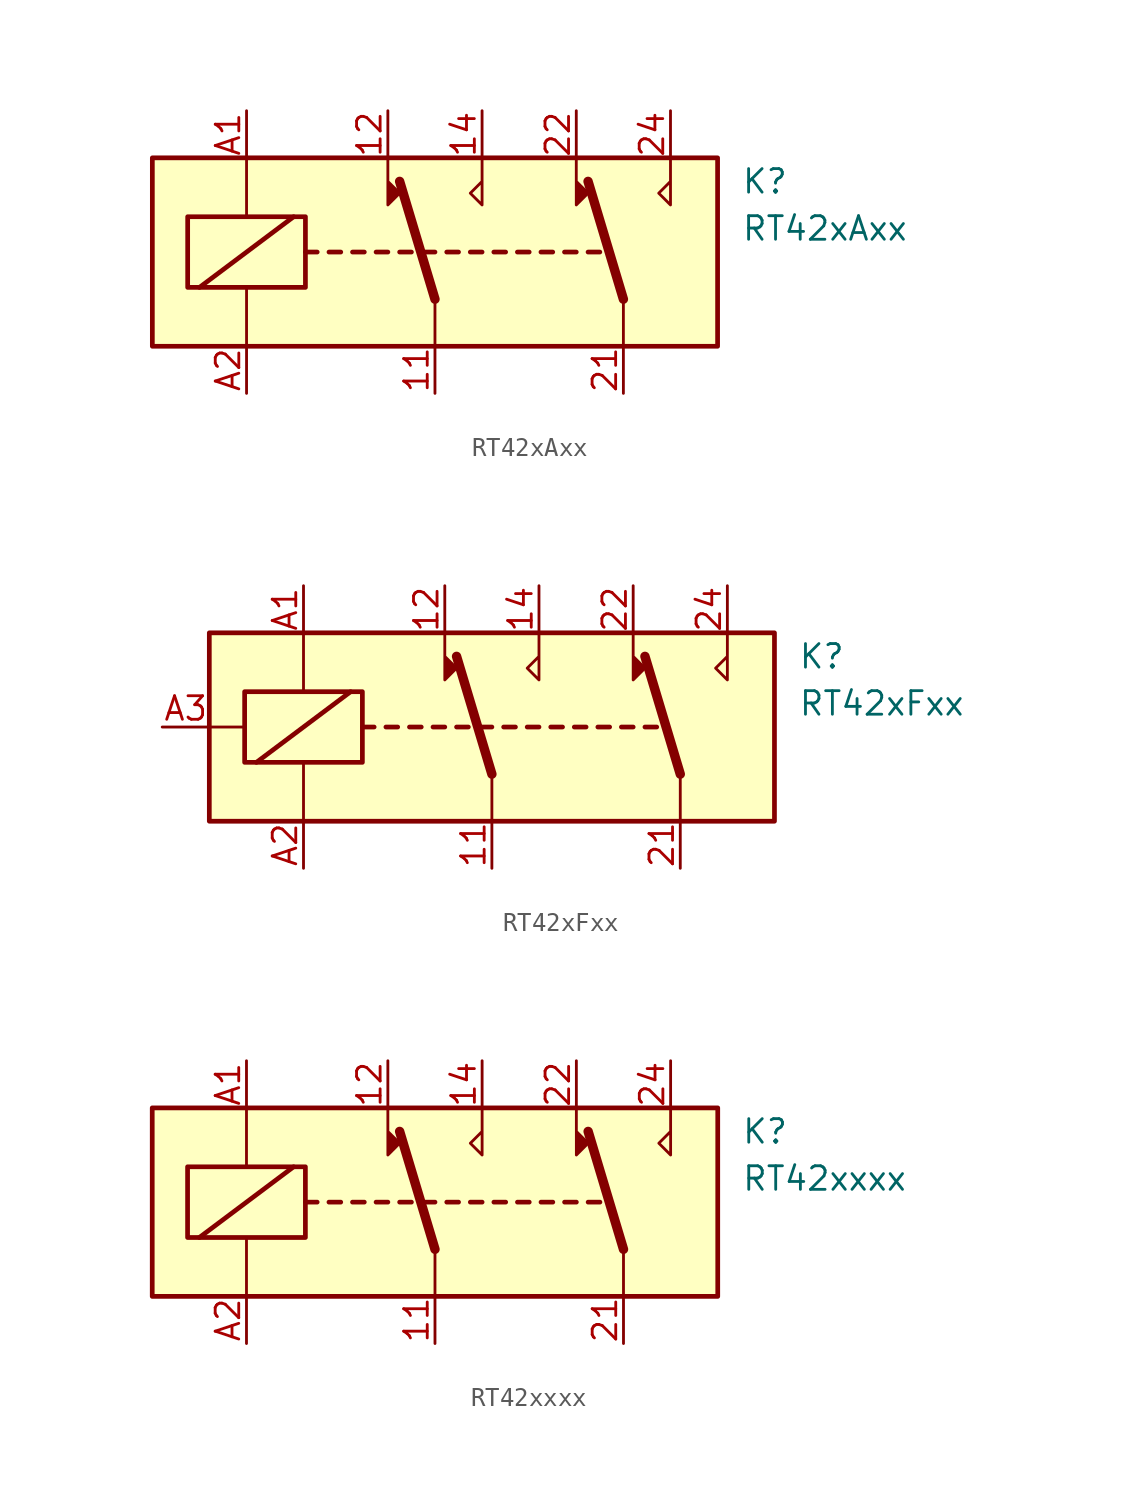
<source format=kicad_sym>
(kicad_symbol_lib
  (version 20201005)
  (generator kicad_symbol_editor)
  (symbol "Relay:RT42xAxx"
    (property "Reference" "K"
      (at 16.51 3.81 0)
      (effects (font (size 1.27 1.27)) (justify left)))
    (property "Value" "RT42xAxx"
      (at 16.51 1.27 0)
      (effects (font (size 1.27 1.27)) (justify left)))
    (symbol "RT42xAxx_0_0"
      (polyline (pts (xy -7.62 1.905) (xy -12.7 -1.905)) (stroke (width 0.254)) (fill (type none))))
    (symbol "RT42xAxx_0_1"
      (rectangle (start -15.24 5.08) (end 15.24 -5.08) (stroke (width 0.254)) (fill (type background)))
      (rectangle (start -13.335 1.905) (end -6.985 -1.905) (stroke (width 0.254)) (fill (type none)))
      (polyline (pts (xy -10.16 -5.08) (xy -10.16 -1.905)) (stroke (width 0)) (fill (type none)))
      (polyline (pts (xy -10.16 5.08) (xy -10.16 1.905)) (stroke (width 0)) (fill (type none)))
      (polyline (pts (xy -6.985 0) (xy -6.35 0)) (stroke (width 0.254)) (fill (type none)))
      (polyline (pts (xy -5.715 0) (xy -5.08 0)) (stroke (width 0.254)) (fill (type none)))
      (polyline (pts (xy -4.445 0) (xy -3.81 0)) (stroke (width 0.254)) (fill (type none)))
      (polyline (pts (xy -3.175 0) (xy -2.54 0)) (stroke (width 0.254)) (fill (type none)))
      (polyline (pts (xy -1.905 0) (xy -1.27 0)) (stroke (width 0.254)) (fill (type none)))
      (polyline (pts (xy -0.635 0) (xy 0 0)) (stroke (width 0.254)) (fill (type none)))
      (polyline (pts (xy 0 -2.54) (xy -1.905 3.81)) (stroke (width 0.508)) (fill (type none)))
      (polyline (pts (xy 0 -2.54) (xy 0 -5.08)) (stroke (width 0)) (fill (type none)))
      (polyline (pts (xy 0.635 0) (xy 1.27 0)) (stroke (width 0.254)) (fill (type none)))
      (polyline (pts (xy 1.905 0) (xy 2.54 0)) (stroke (width 0.254)) (fill (type none)))
      (polyline (pts (xy 3.175 0) (xy 3.81 0)) (stroke (width 0.254)) (fill (type none)))
      (polyline (pts (xy 4.445 0) (xy 5.08 0)) (stroke (width 0.254)) (fill (type none)))
      (polyline (pts (xy 5.715 0) (xy 6.35 0)) (stroke (width 0.254)) (fill (type none)))
      (polyline (pts (xy 6.985 0) (xy 7.62 0)) (stroke (width 0.254)) (fill (type none)))
      (polyline (pts (xy 8.255 0) (xy 8.89 0)) (stroke (width 0.254)) (fill (type none)))
      (polyline (pts (xy 10.16 -2.54) (xy 8.255 3.81)) (stroke (width 0.508)) (fill (type none)))
      (polyline (pts (xy 10.16 -2.54) (xy 10.16 -5.08)) (stroke (width 0)) (fill (type none)))
      (polyline (pts (xy -2.54 5.08) (xy -2.54 2.54) (xy -1.905 3.175) (xy -2.54 3.81)) (stroke (width 0)) (fill (type outline)))
      (polyline (pts (xy 2.54 5.08) (xy 2.54 2.54) (xy 1.905 3.175) (xy 2.54 3.81)) (stroke (width 0)) (fill (type none)))
      (polyline (pts (xy 7.62 5.08) (xy 7.62 2.54) (xy 8.255 3.175) (xy 7.62 3.81)) (stroke (width 0)) (fill (type outline)))
      (polyline (pts (xy 12.7 5.08) (xy 12.7 2.54) (xy 12.065 3.175) (xy 12.7 3.81)) (stroke (width 0)) (fill (type none))))
    (symbol "RT42xAxx_1_1"
      (pin passive line (at 0 -7.62 90) (length 2.54) (name "~" (effects (font (size 1.27 1.27)))) (number "11" (effects (font (size 1.27 1.27)))))
      (pin passive line (at -2.54 7.62 270) (length 2.54) (name "~" (effects (font (size 1.27 1.27)))) (number "12" (effects (font (size 1.27 1.27)))))
      (pin passive line (at 2.54 7.62 270) (length 2.54) (name "~" (effects (font (size 1.27 1.27)))) (number "14" (effects (font (size 1.27 1.27)))))
      (pin passive line (at 10.16 -7.62 90) (length 2.54) (name "~" (effects (font (size 1.27 1.27)))) (number "21" (effects (font (size 1.27 1.27)))))
      (pin passive line (at 7.62 7.62 270) (length 2.54) (name "~" (effects (font (size 1.27 1.27)))) (number "22" (effects (font (size 1.27 1.27)))))
      (pin passive line (at 12.7 7.62 270) (length 2.54) (name "~" (effects (font (size 1.27 1.27)))) (number "24" (effects (font (size 1.27 1.27)))))
      (pin passive line (at -10.16 7.62 270) (length 2.54) (name "~" (effects (font (size 1.27 1.27)))) (number "A1" (effects (font (size 1.27 1.27)))))
      (pin passive line (at -10.16 -7.62 90) (length 2.54) (name "~" (effects (font (size 1.27 1.27)))) (number "A2" (effects (font (size 1.27 1.27)))))))
  (symbol "Relay:RT42xFxx"
    (property "Reference" "K"
      (at 16.51 3.81 0)
      (effects (font (size 1.27 1.27)) (justify left)))
    (property "Value" "RT42xFxx"
      (at 16.51 1.27 0)
      (effects (font (size 1.27 1.27)) (justify left)))
    (symbol "RT42xFxx_0_0"
      (polyline (pts (xy -7.62 1.905) (xy -12.7 -1.905)) (stroke (width 0.254)) (fill (type none))))
    (symbol "RT42xFxx_0_1"
      (rectangle (start -15.24 0) (end -13.335 0) (stroke (width 0)) (fill (type none)))
      (rectangle (start -15.24 5.08) (end 15.24 -5.08) (stroke (width 0.254)) (fill (type background)))
      (rectangle (start -13.335 1.905) (end -6.985 -1.905) (stroke (width 0.254)) (fill (type none)))
      (polyline (pts (xy -10.16 -5.08) (xy -10.16 -1.905)) (stroke (width 0)) (fill (type none)))
      (polyline (pts (xy -10.16 5.08) (xy -10.16 1.905)) (stroke (width 0)) (fill (type none)))
      (polyline (pts (xy -6.985 0) (xy -6.35 0)) (stroke (width 0.254)) (fill (type none)))
      (polyline (pts (xy -5.715 0) (xy -5.08 0)) (stroke (width 0.254)) (fill (type none)))
      (polyline (pts (xy -4.445 0) (xy -3.81 0)) (stroke (width 0.254)) (fill (type none)))
      (polyline (pts (xy -3.175 0) (xy -2.54 0)) (stroke (width 0.254)) (fill (type none)))
      (polyline (pts (xy -1.905 0) (xy -1.27 0)) (stroke (width 0.254)) (fill (type none)))
      (polyline (pts (xy -0.635 0) (xy 0 0)) (stroke (width 0.254)) (fill (type none)))
      (polyline (pts (xy 0 -2.54) (xy -1.905 3.81)) (stroke (width 0.508)) (fill (type none)))
      (polyline (pts (xy 0 -2.54) (xy 0 -5.08)) (stroke (width 0)) (fill (type none)))
      (polyline (pts (xy 0.635 0) (xy 1.27 0)) (stroke (width 0.254)) (fill (type none)))
      (polyline (pts (xy 1.905 0) (xy 2.54 0)) (stroke (width 0.254)) (fill (type none)))
      (polyline (pts (xy 3.175 0) (xy 3.81 0)) (stroke (width 0.254)) (fill (type none)))
      (polyline (pts (xy 4.445 0) (xy 5.08 0)) (stroke (width 0.254)) (fill (type none)))
      (polyline (pts (xy 5.715 0) (xy 6.35 0)) (stroke (width 0.254)) (fill (type none)))
      (polyline (pts (xy 6.985 0) (xy 7.62 0)) (stroke (width 0.254)) (fill (type none)))
      (polyline (pts (xy 8.255 0) (xy 8.89 0)) (stroke (width 0.254)) (fill (type none)))
      (polyline (pts (xy 10.16 -2.54) (xy 8.255 3.81)) (stroke (width 0.508)) (fill (type none)))
      (polyline (pts (xy 10.16 -2.54) (xy 10.16 -5.08)) (stroke (width 0)) (fill (type none)))
      (polyline (pts (xy -2.54 5.08) (xy -2.54 2.54) (xy -1.905 3.175) (xy -2.54 3.81)) (stroke (width 0)) (fill (type outline)))
      (polyline (pts (xy 2.54 5.08) (xy 2.54 2.54) (xy 1.905 3.175) (xy 2.54 3.81)) (stroke (width 0)) (fill (type none)))
      (polyline (pts (xy 7.62 5.08) (xy 7.62 2.54) (xy 8.255 3.175) (xy 7.62 3.81)) (stroke (width 0)) (fill (type outline)))
      (polyline (pts (xy 12.7 5.08) (xy 12.7 2.54) (xy 12.065 3.175) (xy 12.7 3.81)) (stroke (width 0)) (fill (type none))))
    (symbol "RT42xFxx_1_1"
      (pin passive line (at 0 -7.62 90) (length 2.54) (name "~" (effects (font (size 1.27 1.27)))) (number "11" (effects (font (size 1.27 1.27)))))
      (pin passive line (at -2.54 7.62 270) (length 2.54) (name "~" (effects (font (size 1.27 1.27)))) (number "12" (effects (font (size 1.27 1.27)))))
      (pin passive line (at 2.54 7.62 270) (length 2.54) (name "~" (effects (font (size 1.27 1.27)))) (number "14" (effects (font (size 1.27 1.27)))))
      (pin passive line (at 10.16 -7.62 90) (length 2.54) (name "~" (effects (font (size 1.27 1.27)))) (number "21" (effects (font (size 1.27 1.27)))))
      (pin passive line (at 7.62 7.62 270) (length 2.54) (name "~" (effects (font (size 1.27 1.27)))) (number "22" (effects (font (size 1.27 1.27)))))
      (pin passive line (at 12.7 7.62 270) (length 2.54) (name "~" (effects (font (size 1.27 1.27)))) (number "24" (effects (font (size 1.27 1.27)))))
      (pin passive line (at -10.16 7.62 270) (length 2.54) (name "~" (effects (font (size 1.27 1.27)))) (number "A1" (effects (font (size 1.27 1.27)))))
      (pin passive line (at -10.16 -7.62 90) (length 2.54) (name "~" (effects (font (size 1.27 1.27)))) (number "A2" (effects (font (size 1.27 1.27)))))
      (pin passive line (at -17.78 0 0) (length 2.54) (name "~" (effects (font (size 1.27 1.27)))) (number "A3" (effects (font (size 1.27 1.27)))))))
  (symbol "Relay:RT42xxxx"
    (property "Reference" "K"
      (at 16.51 3.81 0)
      (effects (font (size 1.27 1.27)) (justify left)))
    (property "Value" "RT42xxxx"
      (at 16.51 1.27 0)
      (effects (font (size 1.27 1.27)) (justify left)))
    (symbol "RT42xxxx_0_1"
      (rectangle (start -15.24 5.08) (end 15.24 -5.08) (stroke (width 0.254)) (fill (type background)))
      (rectangle (start -13.335 1.905) (end -6.985 -1.905) (stroke (width 0.254)) (fill (type none)))
      (polyline (pts (xy -12.7 -1.905) (xy -7.62 1.905)) (stroke (width 0.254)) (fill (type none)))
      (polyline (pts (xy -10.16 -5.08) (xy -10.16 -1.905)) (stroke (width 0)) (fill (type none)))
      (polyline (pts (xy -10.16 5.08) (xy -10.16 1.905)) (stroke (width 0)) (fill (type none)))
      (polyline (pts (xy -6.985 0) (xy -6.35 0)) (stroke (width 0.254)) (fill (type none)))
      (polyline (pts (xy -5.715 0) (xy -5.08 0)) (stroke (width 0.254)) (fill (type none)))
      (polyline (pts (xy -4.445 0) (xy -3.81 0)) (stroke (width 0.254)) (fill (type none)))
      (polyline (pts (xy -3.175 0) (xy -2.54 0)) (stroke (width 0.254)) (fill (type none)))
      (polyline (pts (xy -1.905 0) (xy -1.27 0)) (stroke (width 0.254)) (fill (type none)))
      (polyline (pts (xy -0.635 0) (xy 0 0)) (stroke (width 0.254)) (fill (type none)))
      (polyline (pts (xy 0 -2.54) (xy -1.905 3.81)) (stroke (width 0.508)) (fill (type none)))
      (polyline (pts (xy 0 -2.54) (xy 0 -5.08)) (stroke (width 0)) (fill (type none)))
      (polyline (pts (xy 0.635 0) (xy 1.27 0)) (stroke (width 0.254)) (fill (type none)))
      (polyline (pts (xy 1.905 0) (xy 2.54 0)) (stroke (width 0.254)) (fill (type none)))
      (polyline (pts (xy 3.175 0) (xy 3.81 0)) (stroke (width 0.254)) (fill (type none)))
      (polyline (pts (xy 4.445 0) (xy 5.08 0)) (stroke (width 0.254)) (fill (type none)))
      (polyline (pts (xy 5.715 0) (xy 6.35 0)) (stroke (width 0.254)) (fill (type none)))
      (polyline (pts (xy 6.985 0) (xy 7.62 0)) (stroke (width 0.254)) (fill (type none)))
      (polyline (pts (xy 8.255 0) (xy 8.89 0)) (stroke (width 0.254)) (fill (type none)))
      (polyline (pts (xy 10.16 -2.54) (xy 8.255 3.81)) (stroke (width 0.508)) (fill (type none)))
      (polyline (pts (xy 10.16 -2.54) (xy 10.16 -5.08)) (stroke (width 0)) (fill (type none)))
      (polyline (pts (xy -2.54 5.08) (xy -2.54 2.54) (xy -1.905 3.175) (xy -2.54 3.81)) (stroke (width 0)) (fill (type outline)))
      (polyline (pts (xy 2.54 5.08) (xy 2.54 2.54) (xy 1.905 3.175) (xy 2.54 3.81)) (stroke (width 0)) (fill (type none)))
      (polyline (pts (xy 7.62 5.08) (xy 7.62 2.54) (xy 8.255 3.175) (xy 7.62 3.81)) (stroke (width 0)) (fill (type outline)))
      (polyline (pts (xy 12.7 5.08) (xy 12.7 2.54) (xy 12.065 3.175) (xy 12.7 3.81)) (stroke (width 0)) (fill (type none))))
    (symbol "RT42xxxx_1_1"
      (pin passive line (at 0 -7.62 90) (length 2.54) (name "~" (effects (font (size 1.27 1.27)))) (number "11" (effects (font (size 1.27 1.27)))))
      (pin passive line (at -2.54 7.62 270) (length 2.54) (name "~" (effects (font (size 1.27 1.27)))) (number "12" (effects (font (size 1.27 1.27)))))
      (pin passive line (at 2.54 7.62 270) (length 2.54) (name "~" (effects (font (size 1.27 1.27)))) (number "14" (effects (font (size 1.27 1.27)))))
      (pin passive line (at 10.16 -7.62 90) (length 2.54) (name "~" (effects (font (size 1.27 1.27)))) (number "21" (effects (font (size 1.27 1.27)))))
      (pin passive line (at 7.62 7.62 270) (length 2.54) (name "~" (effects (font (size 1.27 1.27)))) (number "22" (effects (font (size 1.27 1.27)))))
      (pin passive line (at 12.7 7.62 270) (length 2.54) (name "~" (effects (font (size 1.27 1.27)))) (number "24" (effects (font (size 1.27 1.27)))))
      (pin passive line (at -10.16 7.62 270) (length 2.54) (name "~" (effects (font (size 1.27 1.27)))) (number "A1" (effects (font (size 1.27 1.27)))))
      (pin passive line (at -10.16 -7.62 90) (length 2.54) (name "~" (effects (font (size 1.27 1.27)))) (number "A2" (effects (font (size 1.27 1.27))))))))
</source>
